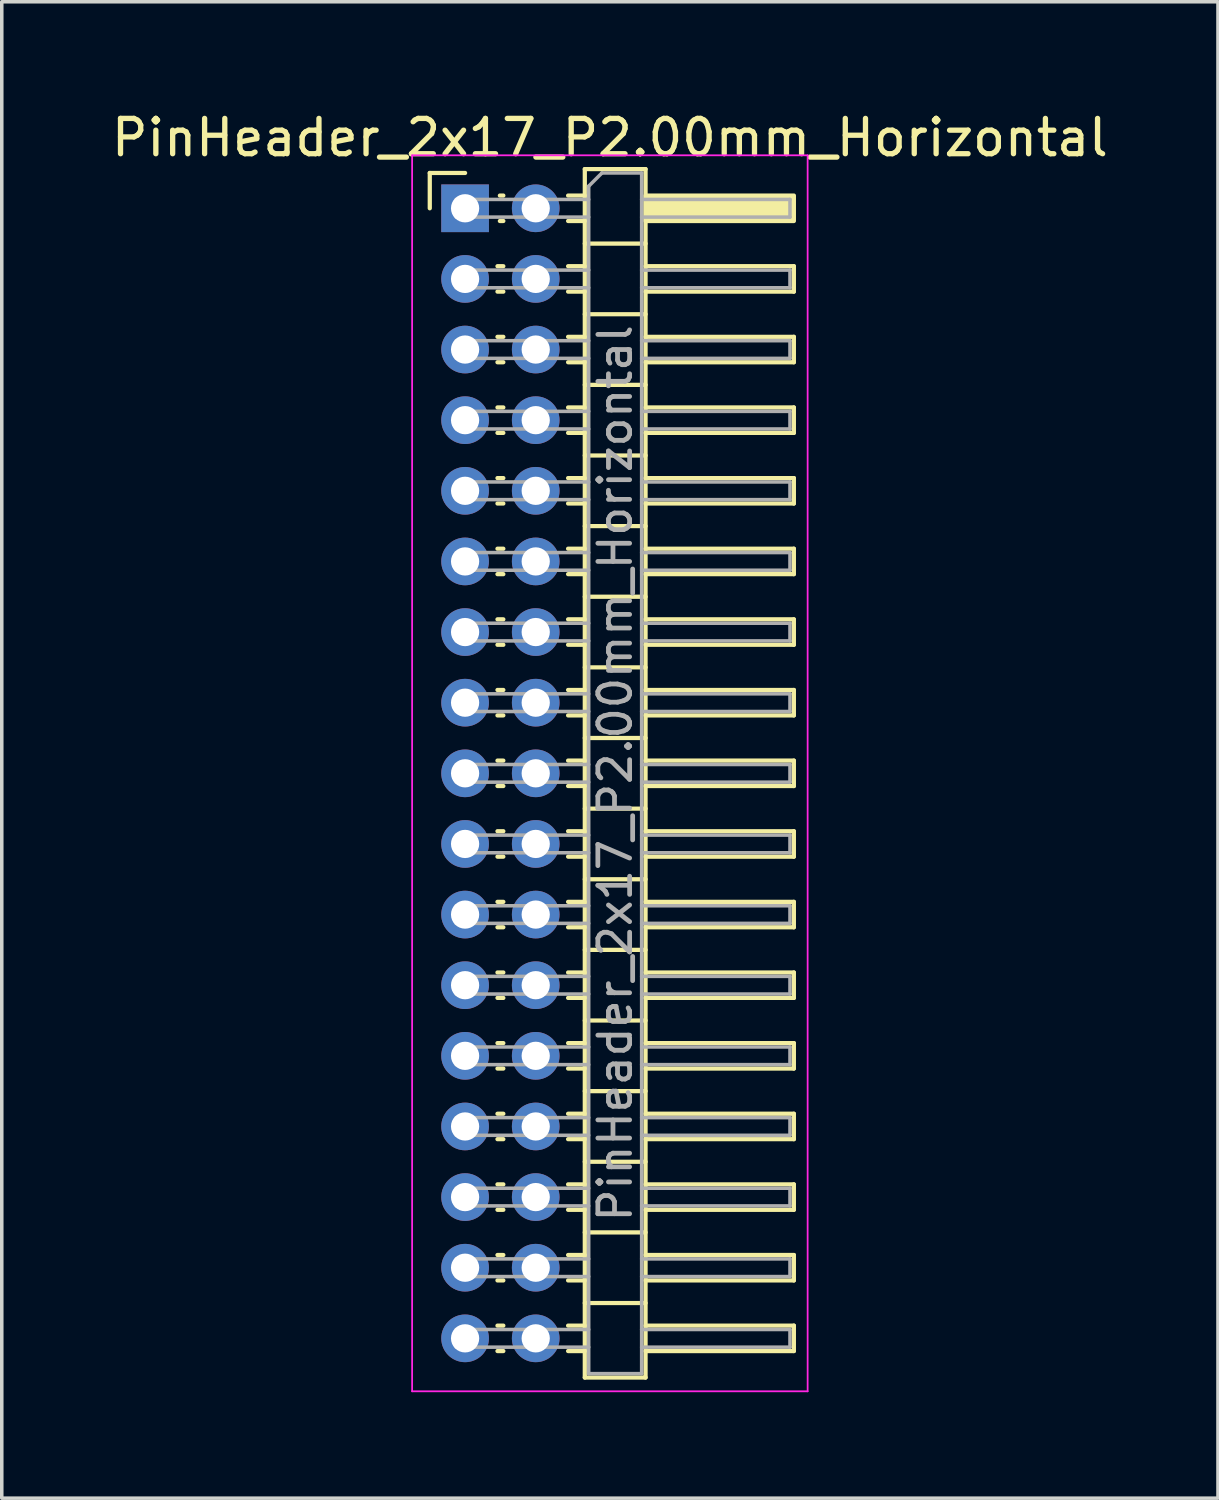
<source format=kicad_pcb>
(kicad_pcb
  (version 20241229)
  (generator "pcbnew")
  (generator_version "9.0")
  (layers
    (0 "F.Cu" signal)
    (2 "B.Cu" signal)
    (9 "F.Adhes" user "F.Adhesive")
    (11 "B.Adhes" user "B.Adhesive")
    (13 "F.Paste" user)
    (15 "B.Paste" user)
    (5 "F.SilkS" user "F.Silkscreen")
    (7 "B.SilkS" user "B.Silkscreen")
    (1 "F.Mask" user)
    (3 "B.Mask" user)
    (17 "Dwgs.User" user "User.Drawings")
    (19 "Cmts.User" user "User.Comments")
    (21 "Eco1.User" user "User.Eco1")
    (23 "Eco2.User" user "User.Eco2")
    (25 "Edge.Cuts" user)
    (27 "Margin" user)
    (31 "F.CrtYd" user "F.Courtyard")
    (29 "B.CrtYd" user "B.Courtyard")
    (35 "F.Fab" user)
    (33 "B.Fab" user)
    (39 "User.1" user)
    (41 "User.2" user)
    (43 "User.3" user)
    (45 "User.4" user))
  (footprint "PinHeader_2x17_P2.00mm_Horizontal"
    (layer "F.Cu")
    (at 10.12 2.848)
    (property "Reference" "PinHeader_2x17_P2.00mm_Horizontal" (at 4.1 -2 0) (layer "F.SilkS") (effects (font (size 1 1) (thickness 0.15))))
    (attr through_hole)
    (fp_line (start -1 -1) (end 0 -1) (stroke (width 0.12) (type solid)) (layer "F.SilkS"))
    (fp_line (start -1 0) (end -1 -1) (stroke (width 0.12) (type solid)) (layer "F.SilkS"))
    (fp_line (start 0.917 1.64) (end 1.083 1.64) (stroke (width 0.12) (type solid)) (layer "F.SilkS"))
    (fp_line (start 0.917 2.36) (end 1.083 2.36) (stroke (width 0.12) (type solid)) (layer "F.SilkS"))
    (fp_line (start 0.917 3.64) (end 1.083 3.64) (stroke (width 0.12) (type solid)) (layer "F.SilkS"))
    (fp_line (start 0.917 4.36) (end 1.083 4.36) (stroke (width 0.12) (type solid)) (layer "F.SilkS"))
    (fp_line (start 0.917 5.64) (end 1.083 5.64) (stroke (width 0.12) (type solid)) (layer "F.SilkS"))
    (fp_line (start 0.917 6.36) (end 1.083 6.36) (stroke (width 0.12) (type solid)) (layer "F.SilkS"))
    (fp_line (start 0.917 7.64) (end 1.083 7.64) (stroke (width 0.12) (type solid)) (layer "F.SilkS"))
    (fp_line (start 0.917 8.36) (end 1.083 8.36) (stroke (width 0.12) (type solid)) (layer "F.SilkS"))
    (fp_line (start 0.917 9.64) (end 1.083 9.64) (stroke (width 0.12) (type solid)) (layer "F.SilkS"))
    (fp_line (start 0.917 10.36) (end 1.083 10.36) (stroke (width 0.12) (type solid)) (layer "F.SilkS"))
    (fp_line (start 0.917 11.64) (end 1.083 11.64) (stroke (width 0.12) (type solid)) (layer "F.SilkS"))
    (fp_line (start 0.917 12.36) (end 1.083 12.36) (stroke (width 0.12) (type solid)) (layer "F.SilkS"))
    (fp_line (start 0.917 13.64) (end 1.083 13.64) (stroke (width 0.12) (type solid)) (layer "F.SilkS"))
    (fp_line (start 0.917 14.36) (end 1.083 14.36) (stroke (width 0.12) (type solid)) (layer "F.SilkS"))
    (fp_line (start 0.917 15.64) (end 1.083 15.64) (stroke (width 0.12) (type solid)) (layer "F.SilkS"))
    (fp_line (start 0.917 16.36) (end 1.083 16.36) (stroke (width 0.12) (type solid)) (layer "F.SilkS"))
    (fp_line (start 0.917 17.64) (end 1.083 17.64) (stroke (width 0.12) (type solid)) (layer "F.SilkS"))
    (fp_line (start 0.917 18.36) (end 1.083 18.36) (stroke (width 0.12) (type solid)) (layer "F.SilkS"))
    (fp_line (start 0.917 19.64) (end 1.083 19.64) (stroke (width 0.12) (type solid)) (layer "F.SilkS"))
    (fp_line (start 0.917 20.36) (end 1.083 20.36) (stroke (width 0.12) (type solid)) (layer "F.SilkS"))
    (fp_line (start 0.917 21.64) (end 1.083 21.64) (stroke (width 0.12) (type solid)) (layer "F.SilkS"))
    (fp_line (start 0.917 22.36) (end 1.083 22.36) (stroke (width 0.12) (type solid)) (layer "F.SilkS"))
    (fp_line (start 0.917 23.64) (end 1.083 23.64) (stroke (width 0.12) (type solid)) (layer "F.SilkS"))
    (fp_line (start 0.917 24.36) (end 1.083 24.36) (stroke (width 0.12) (type solid)) (layer "F.SilkS"))
    (fp_line (start 0.917 25.64) (end 1.083 25.64) (stroke (width 0.12) (type solid)) (layer "F.SilkS"))
    (fp_line (start 0.917 26.36) (end 1.083 26.36) (stroke (width 0.12) (type solid)) (layer "F.SilkS"))
    (fp_line (start 0.917 27.64) (end 1.083 27.64) (stroke (width 0.12) (type solid)) (layer "F.SilkS"))
    (fp_line (start 0.917 28.36) (end 1.083 28.36) (stroke (width 0.12) (type solid)) (layer "F.SilkS"))
    (fp_line (start 0.917 29.64) (end 1.083 29.64) (stroke (width 0.12) (type solid)) (layer "F.SilkS"))
    (fp_line (start 0.917 30.36) (end 1.083 30.36) (stroke (width 0.12) (type solid)) (layer "F.SilkS"))
    (fp_line (start 0.917 31.64) (end 1.083 31.64) (stroke (width 0.12) (type solid)) (layer "F.SilkS"))
    (fp_line (start 0.917 32.36) (end 1.083 32.36) (stroke (width 0.12) (type solid)) (layer "F.SilkS"))
    (fp_line (start 0.985 -0.36) (end 1.083 -0.36) (stroke (width 0.12) (type solid)) (layer "F.SilkS"))
    (fp_line (start 0.985 0.36) (end 1.083 0.36) (stroke (width 0.12) (type solid)) (layer "F.SilkS"))
    (fp_line (start 2.917 -0.36) (end 3.39 -0.36) (stroke (width 0.12) (type solid)) (layer "F.SilkS"))
    (fp_line (start 2.917 0.36) (end 3.39 0.36) (stroke (width 0.12) (type solid)) (layer "F.SilkS"))
    (fp_line (start 2.917 1.64) (end 3.39 1.64) (stroke (width 0.12) (type solid)) (layer "F.SilkS"))
    (fp_line (start 2.917 2.36) (end 3.39 2.36) (stroke (width 0.12) (type solid)) (layer "F.SilkS"))
    (fp_line (start 2.917 3.64) (end 3.39 3.64) (stroke (width 0.12) (type solid)) (layer "F.SilkS"))
    (fp_line (start 2.917 4.36) (end 3.39 4.36) (stroke (width 0.12) (type solid)) (layer "F.SilkS"))
    (fp_line (start 2.917 5.64) (end 3.39 5.64) (stroke (width 0.12) (type solid)) (layer "F.SilkS"))
    (fp_line (start 2.917 6.36) (end 3.39 6.36) (stroke (width 0.12) (type solid)) (layer "F.SilkS"))
    (fp_line (start 2.917 7.64) (end 3.39 7.64) (stroke (width 0.12) (type solid)) (layer "F.SilkS"))
    (fp_line (start 2.917 8.36) (end 3.39 8.36) (stroke (width 0.12) (type solid)) (layer "F.SilkS"))
    (fp_line (start 2.917 9.64) (end 3.39 9.64) (stroke (width 0.12) (type solid)) (layer "F.SilkS"))
    (fp_line (start 2.917 10.36) (end 3.39 10.36) (stroke (width 0.12) (type solid)) (layer "F.SilkS"))
    (fp_line (start 2.917 11.64) (end 3.39 11.64) (stroke (width 0.12) (type solid)) (layer "F.SilkS"))
    (fp_line (start 2.917 12.36) (end 3.39 12.36) (stroke (width 0.12) (type solid)) (layer "F.SilkS"))
    (fp_line (start 2.917 13.64) (end 3.39 13.64) (stroke (width 0.12) (type solid)) (layer "F.SilkS"))
    (fp_line (start 2.917 14.36) (end 3.39 14.36) (stroke (width 0.12) (type solid)) (layer "F.SilkS"))
    (fp_line (start 2.917 15.64) (end 3.39 15.64) (stroke (width 0.12) (type solid)) (layer "F.SilkS"))
    (fp_line (start 2.917 16.36) (end 3.39 16.36) (stroke (width 0.12) (type solid)) (layer "F.SilkS"))
    (fp_line (start 2.917 17.64) (end 3.39 17.64) (stroke (width 0.12) (type solid)) (layer "F.SilkS"))
    (fp_line (start 2.917 18.36) (end 3.39 18.36) (stroke (width 0.12) (type solid)) (layer "F.SilkS"))
    (fp_line (start 2.917 19.64) (end 3.39 19.64) (stroke (width 0.12) (type solid)) (layer "F.SilkS"))
    (fp_line (start 2.917 20.36) (end 3.39 20.36) (stroke (width 0.12) (type solid)) (layer "F.SilkS"))
    (fp_line (start 2.917 21.64) (end 3.39 21.64) (stroke (width 0.12) (type solid)) (layer "F.SilkS"))
    (fp_line (start 2.917 22.36) (end 3.39 22.36) (stroke (width 0.12) (type solid)) (layer "F.SilkS"))
    (fp_line (start 2.917 23.64) (end 3.39 23.64) (stroke (width 0.12) (type solid)) (layer "F.SilkS"))
    (fp_line (start 2.917 24.36) (end 3.39 24.36) (stroke (width 0.12) (type solid)) (layer "F.SilkS"))
    (fp_line (start 2.917 25.64) (end 3.39 25.64) (stroke (width 0.12) (type solid)) (layer "F.SilkS"))
    (fp_line (start 2.917 26.36) (end 3.39 26.36) (stroke (width 0.12) (type solid)) (layer "F.SilkS"))
    (fp_line (start 2.917 27.64) (end 3.39 27.64) (stroke (width 0.12) (type solid)) (layer "F.SilkS"))
    (fp_line (start 2.917 28.36) (end 3.39 28.36) (stroke (width 0.12) (type solid)) (layer "F.SilkS"))
    (fp_line (start 2.917 29.64) (end 3.39 29.64) (stroke (width 0.12) (type solid)) (layer "F.SilkS"))
    (fp_line (start 2.917 30.36) (end 3.39 30.36) (stroke (width 0.12) (type solid)) (layer "F.SilkS"))
    (fp_line (start 2.917 31.64) (end 3.39 31.64) (stroke (width 0.12) (type solid)) (layer "F.SilkS"))
    (fp_line (start 2.917 32.36) (end 3.39 32.36) (stroke (width 0.12) (type solid)) (layer "F.SilkS"))
    (fp_line (start 3.39 -1.11) (end 3.39 33.11) (stroke (width 0.12) (type solid)) (layer "F.SilkS"))
    (fp_line (start 3.39 1) (end 5.11 1) (stroke (width 0.12) (type solid)) (layer "F.SilkS"))
    (fp_line (start 3.39 3) (end 5.11 3) (stroke (width 0.12) (type solid)) (layer "F.SilkS"))
    (fp_line (start 3.39 5) (end 5.11 5) (stroke (width 0.12) (type solid)) (layer "F.SilkS"))
    (fp_line (start 3.39 7) (end 5.11 7) (stroke (width 0.12) (type solid)) (layer "F.SilkS"))
    (fp_line (start 3.39 9) (end 5.11 9) (stroke (width 0.12) (type solid)) (layer "F.SilkS"))
    (fp_line (start 3.39 11) (end 5.11 11) (stroke (width 0.12) (type solid)) (layer "F.SilkS"))
    (fp_line (start 3.39 13) (end 5.11 13) (stroke (width 0.12) (type solid)) (layer "F.SilkS"))
    (fp_line (start 3.39 15) (end 5.11 15) (stroke (width 0.12) (type solid)) (layer "F.SilkS"))
    (fp_line (start 3.39 17) (end 5.11 17) (stroke (width 0.12) (type solid)) (layer "F.SilkS"))
    (fp_line (start 3.39 19) (end 5.11 19) (stroke (width 0.12) (type solid)) (layer "F.SilkS"))
    (fp_line (start 3.39 21) (end 5.11 21) (stroke (width 0.12) (type solid)) (layer "F.SilkS"))
    (fp_line (start 3.39 23) (end 5.11 23) (stroke (width 0.12) (type solid)) (layer "F.SilkS"))
    (fp_line (start 3.39 25) (end 5.11 25) (stroke (width 0.12) (type solid)) (layer "F.SilkS"))
    (fp_line (start 3.39 27) (end 5.11 27) (stroke (width 0.12) (type solid)) (layer "F.SilkS"))
    (fp_line (start 3.39 29) (end 5.11 29) (stroke (width 0.12) (type solid)) (layer "F.SilkS"))
    (fp_line (start 3.39 31) (end 5.11 31) (stroke (width 0.12) (type solid)) (layer "F.SilkS"))
    (fp_line (start 3.39 33.11) (end 5.11 33.11) (stroke (width 0.12) (type solid)) (layer "F.SilkS"))
    (fp_line (start 5.11 -1.11) (end 3.39 -1.11) (stroke (width 0.12) (type solid)) (layer "F.SilkS"))
    (fp_line (start 5.11 1.64) (end 9.31 1.64) (stroke (width 0.12) (type solid)) (layer "F.SilkS"))
    (fp_line (start 5.11 3.64) (end 9.31 3.64) (stroke (width 0.12) (type solid)) (layer "F.SilkS"))
    (fp_line (start 5.11 5.64) (end 9.31 5.64) (stroke (width 0.12) (type solid)) (layer "F.SilkS"))
    (fp_line (start 5.11 7.64) (end 9.31 7.64) (stroke (width 0.12) (type solid)) (layer "F.SilkS"))
    (fp_line (start 5.11 9.64) (end 9.31 9.64) (stroke (width 0.12) (type solid)) (layer "F.SilkS"))
    (fp_line (start 5.11 11.64) (end 9.31 11.64) (stroke (width 0.12) (type solid)) (layer "F.SilkS"))
    (fp_line (start 5.11 13.64) (end 9.31 13.64) (stroke (width 0.12) (type solid)) (layer "F.SilkS"))
    (fp_line (start 5.11 15.64) (end 9.31 15.64) (stroke (width 0.12) (type solid)) (layer "F.SilkS"))
    (fp_line (start 5.11 17.64) (end 9.31 17.64) (stroke (width 0.12) (type solid)) (layer "F.SilkS"))
    (fp_line (start 5.11 19.64) (end 9.31 19.64) (stroke (width 0.12) (type solid)) (layer "F.SilkS"))
    (fp_line (start 5.11 21.64) (end 9.31 21.64) (stroke (width 0.12) (type solid)) (layer "F.SilkS"))
    (fp_line (start 5.11 23.64) (end 9.31 23.64) (stroke (width 0.12) (type solid)) (layer "F.SilkS"))
    (fp_line (start 5.11 25.64) (end 9.31 25.64) (stroke (width 0.12) (type solid)) (layer "F.SilkS"))
    (fp_line (start 5.11 27.64) (end 9.31 27.64) (stroke (width 0.12) (type solid)) (layer "F.SilkS"))
    (fp_line (start 5.11 29.64) (end 9.31 29.64) (stroke (width 0.12) (type solid)) (layer "F.SilkS"))
    (fp_line (start 5.11 31.64) (end 9.31 31.64) (stroke (width 0.12) (type solid)) (layer "F.SilkS"))
    (fp_line (start 5.11 33.11) (end 5.11 -1.11) (stroke (width 0.12) (type solid)) (layer "F.SilkS"))
    (fp_line (start 9.31 1.64) (end 9.31 2.36) (stroke (width 0.12) (type solid)) (layer "F.SilkS"))
    (fp_line (start 9.31 2.36) (end 5.11 2.36) (stroke (width 0.12) (type solid)) (layer "F.SilkS"))
    (fp_line (start 9.31 3.64) (end 9.31 4.36) (stroke (width 0.12) (type solid)) (layer "F.SilkS"))
    (fp_line (start 9.31 4.36) (end 5.11 4.36) (stroke (width 0.12) (type solid)) (layer "F.SilkS"))
    (fp_line (start 9.31 5.64) (end 9.31 6.36) (stroke (width 0.12) (type solid)) (layer "F.SilkS"))
    (fp_line (start 9.31 6.36) (end 5.11 6.36) (stroke (width 0.12) (type solid)) (layer "F.SilkS"))
    (fp_line (start 9.31 7.64) (end 9.31 8.36) (stroke (width 0.12) (type solid)) (layer "F.SilkS"))
    (fp_line (start 9.31 8.36) (end 5.11 8.36) (stroke (width 0.12) (type solid)) (layer "F.SilkS"))
    (fp_line (start 9.31 9.64) (end 9.31 10.36) (stroke (width 0.12) (type solid)) (layer "F.SilkS"))
    (fp_line (start 9.31 10.36) (end 5.11 10.36) (stroke (width 0.12) (type solid)) (layer "F.SilkS"))
    (fp_line (start 9.31 11.64) (end 9.31 12.36) (stroke (width 0.12) (type solid)) (layer "F.SilkS"))
    (fp_line (start 9.31 12.36) (end 5.11 12.36) (stroke (width 0.12) (type solid)) (layer "F.SilkS"))
    (fp_line (start 9.31 13.64) (end 9.31 14.36) (stroke (width 0.12) (type solid)) (layer "F.SilkS"))
    (fp_line (start 9.31 14.36) (end 5.11 14.36) (stroke (width 0.12) (type solid)) (layer "F.SilkS"))
    (fp_line (start 9.31 15.64) (end 9.31 16.36) (stroke (width 0.12) (type solid)) (layer "F.SilkS"))
    (fp_line (start 9.31 16.36) (end 5.11 16.36) (stroke (width 0.12) (type solid)) (layer "F.SilkS"))
    (fp_line (start 9.31 17.64) (end 9.31 18.36) (stroke (width 0.12) (type solid)) (layer "F.SilkS"))
    (fp_line (start 9.31 18.36) (end 5.11 18.36) (stroke (width 0.12) (type solid)) (layer "F.SilkS"))
    (fp_line (start 9.31 19.64) (end 9.31 20.36) (stroke (width 0.12) (type solid)) (layer "F.SilkS"))
    (fp_line (start 9.31 20.36) (end 5.11 20.36) (stroke (width 0.12) (type solid)) (layer "F.SilkS"))
    (fp_line (start 9.31 21.64) (end 9.31 22.36) (stroke (width 0.12) (type solid)) (layer "F.SilkS"))
    (fp_line (start 9.31 22.36) (end 5.11 22.36) (stroke (width 0.12) (type solid)) (layer "F.SilkS"))
    (fp_line (start 9.31 23.64) (end 9.31 24.36) (stroke (width 0.12) (type solid)) (layer "F.SilkS"))
    (fp_line (start 9.31 24.36) (end 5.11 24.36) (stroke (width 0.12) (type solid)) (layer "F.SilkS"))
    (fp_line (start 9.31 25.64) (end 9.31 26.36) (stroke (width 0.12) (type solid)) (layer "F.SilkS"))
    (fp_line (start 9.31 26.36) (end 5.11 26.36) (stroke (width 0.12) (type solid)) (layer "F.SilkS"))
    (fp_line (start 9.31 27.64) (end 9.31 28.36) (stroke (width 0.12) (type solid)) (layer "F.SilkS"))
    (fp_line (start 9.31 28.36) (end 5.11 28.36) (stroke (width 0.12) (type solid)) (layer "F.SilkS"))
    (fp_line (start 9.31 29.64) (end 9.31 30.36) (stroke (width 0.12) (type solid)) (layer "F.SilkS"))
    (fp_line (start 9.31 30.36) (end 5.11 30.36) (stroke (width 0.12) (type solid)) (layer "F.SilkS"))
    (fp_line (start 9.31 31.64) (end 9.31 32.36) (stroke (width 0.12) (type solid)) (layer "F.SilkS"))
    (fp_line (start 9.31 32.36) (end 5.11 32.36) (stroke (width 0.12) (type solid)) (layer "F.SilkS"))
    (fp_rect (start 5.11 -0.36) (end 9.31 0.36) (stroke (width 0.12) (type solid)) (fill yes) (layer "F.SilkS"))
    (fp_line (start -1.5 -1.5) (end -1.5 33.5) (stroke (width 0.05) (type solid)) (layer "F.CrtYd"))
    (fp_line (start -1.5 33.5) (end 9.7 33.5) (stroke (width 0.05) (type solid)) (layer "F.CrtYd"))
    (fp_line (start 9.7 -1.5) (end -1.5 -1.5) (stroke (width 0.05) (type solid)) (layer "F.CrtYd"))
    (fp_line (start 9.7 33.5) (end 9.7 -1.5) (stroke (width 0.05) (type solid)) (layer "F.CrtYd"))
    (fp_line (start -0.25 -0.25) (end -0.25 0.25) (stroke (width 0.1) (type solid)) (layer "F.Fab"))
    (fp_line (start -0.25 -0.25) (end 3.5 -0.25) (stroke (width 0.1) (type solid)) (layer "F.Fab"))
    (fp_line (start -0.25 0.25) (end 3.5 0.25) (stroke (width 0.1) (type solid)) (layer "F.Fab"))
    (fp_line (start -0.25 1.75) (end -0.25 2.25) (stroke (width 0.1) (type solid)) (layer "F.Fab"))
    (fp_line (start -0.25 1.75) (end 3.5 1.75) (stroke (width 0.1) (type solid)) (layer "F.Fab"))
    (fp_line (start -0.25 2.25) (end 3.5 2.25) (stroke (width 0.1) (type solid)) (layer "F.Fab"))
    (fp_line (start -0.25 3.75) (end -0.25 4.25) (stroke (width 0.1) (type solid)) (layer "F.Fab"))
    (fp_line (start -0.25 3.75) (end 3.5 3.75) (stroke (width 0.1) (type solid)) (layer "F.Fab"))
    (fp_line (start -0.25 4.25) (end 3.5 4.25) (stroke (width 0.1) (type solid)) (layer "F.Fab"))
    (fp_line (start -0.25 5.75) (end -0.25 6.25) (stroke (width 0.1) (type solid)) (layer "F.Fab"))
    (fp_line (start -0.25 5.75) (end 3.5 5.75) (stroke (width 0.1) (type solid)) (layer "F.Fab"))
    (fp_line (start -0.25 6.25) (end 3.5 6.25) (stroke (width 0.1) (type solid)) (layer "F.Fab"))
    (fp_line (start -0.25 7.75) (end -0.25 8.25) (stroke (width 0.1) (type solid)) (layer "F.Fab"))
    (fp_line (start -0.25 7.75) (end 3.5 7.75) (stroke (width 0.1) (type solid)) (layer "F.Fab"))
    (fp_line (start -0.25 8.25) (end 3.5 8.25) (stroke (width 0.1) (type solid)) (layer "F.Fab"))
    (fp_line (start -0.25 9.75) (end -0.25 10.25) (stroke (width 0.1) (type solid)) (layer "F.Fab"))
    (fp_line (start -0.25 9.75) (end 3.5 9.75) (stroke (width 0.1) (type solid)) (layer "F.Fab"))
    (fp_line (start -0.25 10.25) (end 3.5 10.25) (stroke (width 0.1) (type solid)) (layer "F.Fab"))
    (fp_line (start -0.25 11.75) (end -0.25 12.25) (stroke (width 0.1) (type solid)) (layer "F.Fab"))
    (fp_line (start -0.25 11.75) (end 3.5 11.75) (stroke (width 0.1) (type solid)) (layer "F.Fab"))
    (fp_line (start -0.25 12.25) (end 3.5 12.25) (stroke (width 0.1) (type solid)) (layer "F.Fab"))
    (fp_line (start -0.25 13.75) (end -0.25 14.25) (stroke (width 0.1) (type solid)) (layer "F.Fab"))
    (fp_line (start -0.25 13.75) (end 3.5 13.75) (stroke (width 0.1) (type solid)) (layer "F.Fab"))
    (fp_line (start -0.25 14.25) (end 3.5 14.25) (stroke (width 0.1) (type solid)) (layer "F.Fab"))
    (fp_line (start -0.25 15.75) (end -0.25 16.25) (stroke (width 0.1) (type solid)) (layer "F.Fab"))
    (fp_line (start -0.25 15.75) (end 3.5 15.75) (stroke (width 0.1) (type solid)) (layer "F.Fab"))
    (fp_line (start -0.25 16.25) (end 3.5 16.25) (stroke (width 0.1) (type solid)) (layer "F.Fab"))
    (fp_line (start -0.25 17.75) (end -0.25 18.25) (stroke (width 0.1) (type solid)) (layer "F.Fab"))
    (fp_line (start -0.25 17.75) (end 3.5 17.75) (stroke (width 0.1) (type solid)) (layer "F.Fab"))
    (fp_line (start -0.25 18.25) (end 3.5 18.25) (stroke (width 0.1) (type solid)) (layer "F.Fab"))
    (fp_line (start -0.25 19.75) (end -0.25 20.25) (stroke (width 0.1) (type solid)) (layer "F.Fab"))
    (fp_line (start -0.25 19.75) (end 3.5 19.75) (stroke (width 0.1) (type solid)) (layer "F.Fab"))
    (fp_line (start -0.25 20.25) (end 3.5 20.25) (stroke (width 0.1) (type solid)) (layer "F.Fab"))
    (fp_line (start -0.25 21.75) (end -0.25 22.25) (stroke (width 0.1) (type solid)) (layer "F.Fab"))
    (fp_line (start -0.25 21.75) (end 3.5 21.75) (stroke (width 0.1) (type solid)) (layer "F.Fab"))
    (fp_line (start -0.25 22.25) (end 3.5 22.25) (stroke (width 0.1) (type solid)) (layer "F.Fab"))
    (fp_line (start -0.25 23.75) (end -0.25 24.25) (stroke (width 0.1) (type solid)) (layer "F.Fab"))
    (fp_line (start -0.25 23.75) (end 3.5 23.75) (stroke (width 0.1) (type solid)) (layer "F.Fab"))
    (fp_line (start -0.25 24.25) (end 3.5 24.25) (stroke (width 0.1) (type solid)) (layer "F.Fab"))
    (fp_line (start -0.25 25.75) (end -0.25 26.25) (stroke (width 0.1) (type solid)) (layer "F.Fab"))
    (fp_line (start -0.25 25.75) (end 3.5 25.75) (stroke (width 0.1) (type solid)) (layer "F.Fab"))
    (fp_line (start -0.25 26.25) (end 3.5 26.25) (stroke (width 0.1) (type solid)) (layer "F.Fab"))
    (fp_line (start -0.25 27.75) (end -0.25 28.25) (stroke (width 0.1) (type solid)) (layer "F.Fab"))
    (fp_line (start -0.25 27.75) (end 3.5 27.75) (stroke (width 0.1) (type solid)) (layer "F.Fab"))
    (fp_line (start -0.25 28.25) (end 3.5 28.25) (stroke (width 0.1) (type solid)) (layer "F.Fab"))
    (fp_line (start -0.25 29.75) (end -0.25 30.25) (stroke (width 0.1) (type solid)) (layer "F.Fab"))
    (fp_line (start -0.25 29.75) (end 3.5 29.75) (stroke (width 0.1) (type solid)) (layer "F.Fab"))
    (fp_line (start -0.25 30.25) (end 3.5 30.25) (stroke (width 0.1) (type solid)) (layer "F.Fab"))
    (fp_line (start -0.25 31.75) (end -0.25 32.25) (stroke (width 0.1) (type solid)) (layer "F.Fab"))
    (fp_line (start -0.25 31.75) (end 3.5 31.75) (stroke (width 0.1) (type solid)) (layer "F.Fab"))
    (fp_line (start -0.25 32.25) (end 3.5 32.25) (stroke (width 0.1) (type solid)) (layer "F.Fab"))
    (fp_line (start 3.5 -0.625) (end 3.875 -1) (stroke (width 0.1) (type solid)) (layer "F.Fab"))
    (fp_line (start 3.5 33) (end 3.5 -0.625) (stroke (width 0.1) (type solid)) (layer "F.Fab"))
    (fp_line (start 3.875 -1) (end 5 -1) (stroke (width 0.1) (type solid)) (layer "F.Fab"))
    (fp_line (start 5 -1) (end 5 33) (stroke (width 0.1) (type solid)) (layer "F.Fab"))
    (fp_line (start 5 -0.25) (end 9.2 -0.25) (stroke (width 0.1) (type solid)) (layer "F.Fab"))
    (fp_line (start 5 0.25) (end 9.2 0.25) (stroke (width 0.1) (type solid)) (layer "F.Fab"))
    (fp_line (start 5 1.75) (end 9.2 1.75) (stroke (width 0.1) (type solid)) (layer "F.Fab"))
    (fp_line (start 5 2.25) (end 9.2 2.25) (stroke (width 0.1) (type solid)) (layer "F.Fab"))
    (fp_line (start 5 3.75) (end 9.2 3.75) (stroke (width 0.1) (type solid)) (layer "F.Fab"))
    (fp_line (start 5 4.25) (end 9.2 4.25) (stroke (width 0.1) (type solid)) (layer "F.Fab"))
    (fp_line (start 5 5.75) (end 9.2 5.75) (stroke (width 0.1) (type solid)) (layer "F.Fab"))
    (fp_line (start 5 6.25) (end 9.2 6.25) (stroke (width 0.1) (type solid)) (layer "F.Fab"))
    (fp_line (start 5 7.75) (end 9.2 7.75) (stroke (width 0.1) (type solid)) (layer "F.Fab"))
    (fp_line (start 5 8.25) (end 9.2 8.25) (stroke (width 0.1) (type solid)) (layer "F.Fab"))
    (fp_line (start 5 9.75) (end 9.2 9.75) (stroke (width 0.1) (type solid)) (layer "F.Fab"))
    (fp_line (start 5 10.25) (end 9.2 10.25) (stroke (width 0.1) (type solid)) (layer "F.Fab"))
    (fp_line (start 5 11.75) (end 9.2 11.75) (stroke (width 0.1) (type solid)) (layer "F.Fab"))
    (fp_line (start 5 12.25) (end 9.2 12.25) (stroke (width 0.1) (type solid)) (layer "F.Fab"))
    (fp_line (start 5 13.75) (end 9.2 13.75) (stroke (width 0.1) (type solid)) (layer "F.Fab"))
    (fp_line (start 5 14.25) (end 9.2 14.25) (stroke (width 0.1) (type solid)) (layer "F.Fab"))
    (fp_line (start 5 15.75) (end 9.2 15.75) (stroke (width 0.1) (type solid)) (layer "F.Fab"))
    (fp_line (start 5 16.25) (end 9.2 16.25) (stroke (width 0.1) (type solid)) (layer "F.Fab"))
    (fp_line (start 5 17.75) (end 9.2 17.75) (stroke (width 0.1) (type solid)) (layer "F.Fab"))
    (fp_line (start 5 18.25) (end 9.2 18.25) (stroke (width 0.1) (type solid)) (layer "F.Fab"))
    (fp_line (start 5 19.75) (end 9.2 19.75) (stroke (width 0.1) (type solid)) (layer "F.Fab"))
    (fp_line (start 5 20.25) (end 9.2 20.25) (stroke (width 0.1) (type solid)) (layer "F.Fab"))
    (fp_line (start 5 21.75) (end 9.2 21.75) (stroke (width 0.1) (type solid)) (layer "F.Fab"))
    (fp_line (start 5 22.25) (end 9.2 22.25) (stroke (width 0.1) (type solid)) (layer "F.Fab"))
    (fp_line (start 5 23.75) (end 9.2 23.75) (stroke (width 0.1) (type solid)) (layer "F.Fab"))
    (fp_line (start 5 24.25) (end 9.2 24.25) (stroke (width 0.1) (type solid)) (layer "F.Fab"))
    (fp_line (start 5 25.75) (end 9.2 25.75) (stroke (width 0.1) (type solid)) (layer "F.Fab"))
    (fp_line (start 5 26.25) (end 9.2 26.25) (stroke (width 0.1) (type solid)) (layer "F.Fab"))
    (fp_line (start 5 27.75) (end 9.2 27.75) (stroke (width 0.1) (type solid)) (layer "F.Fab"))
    (fp_line (start 5 28.25) (end 9.2 28.25) (stroke (width 0.1) (type solid)) (layer "F.Fab"))
    (fp_line (start 5 29.75) (end 9.2 29.75) (stroke (width 0.1) (type solid)) (layer "F.Fab"))
    (fp_line (start 5 30.25) (end 9.2 30.25) (stroke (width 0.1) (type solid)) (layer "F.Fab"))
    (fp_line (start 5 31.75) (end 9.2 31.75) (stroke (width 0.1) (type solid)) (layer "F.Fab"))
    (fp_line (start 5 32.25) (end 9.2 32.25) (stroke (width 0.1) (type solid)) (layer "F.Fab"))
    (fp_line (start 5 33) (end 3.5 33) (stroke (width 0.1) (type solid)) (layer "F.Fab"))
    (fp_line (start 9.2 -0.25) (end 9.2 0.25) (stroke (width 0.1) (type solid)) (layer "F.Fab"))
    (fp_line (start 9.2 1.75) (end 9.2 2.25) (stroke (width 0.1) (type solid)) (layer "F.Fab"))
    (fp_line (start 9.2 3.75) (end 9.2 4.25) (stroke (width 0.1) (type solid)) (layer "F.Fab"))
    (fp_line (start 9.2 5.75) (end 9.2 6.25) (stroke (width 0.1) (type solid)) (layer "F.Fab"))
    (fp_line (start 9.2 7.75) (end 9.2 8.25) (stroke (width 0.1) (type solid)) (layer "F.Fab"))
    (fp_line (start 9.2 9.75) (end 9.2 10.25) (stroke (width 0.1) (type solid)) (layer "F.Fab"))
    (fp_line (start 9.2 11.75) (end 9.2 12.25) (stroke (width 0.1) (type solid)) (layer "F.Fab"))
    (fp_line (start 9.2 13.75) (end 9.2 14.25) (stroke (width 0.1) (type solid)) (layer "F.Fab"))
    (fp_line (start 9.2 15.75) (end 9.2 16.25) (stroke (width 0.1) (type solid)) (layer "F.Fab"))
    (fp_line (start 9.2 17.75) (end 9.2 18.25) (stroke (width 0.1) (type solid)) (layer "F.Fab"))
    (fp_line (start 9.2 19.75) (end 9.2 20.25) (stroke (width 0.1) (type solid)) (layer "F.Fab"))
    (fp_line (start 9.2 21.75) (end 9.2 22.25) (stroke (width 0.1) (type solid)) (layer "F.Fab"))
    (fp_line (start 9.2 23.75) (end 9.2 24.25) (stroke (width 0.1) (type solid)) (layer "F.Fab"))
    (fp_line (start 9.2 25.75) (end 9.2 26.25) (stroke (width 0.1) (type solid)) (layer "F.Fab"))
    (fp_line (start 9.2 27.75) (end 9.2 28.25) (stroke (width 0.1) (type solid)) (layer "F.Fab"))
    (fp_line (start 9.2 29.75) (end 9.2 30.25) (stroke (width 0.1) (type solid)) (layer "F.Fab"))
    (fp_line (start 9.2 31.75) (end 9.2 32.25) (stroke (width 0.1) (type solid)) (layer "F.Fab"))
    (fp_text user "${REFERENCE}" (at 4.25 16 90) (layer "F.Fab") (effects (font (size 0.9 0.9) (thickness 0.135))))
    (pad "1" thru_hole rect (at 0 0) (size 1.35 1.35) (drill 0.8) (layers "*.Cu" "*.Mask"))
    (pad "2" thru_hole circle (at 2 0) (size 1.35 1.35) (drill 0.8) (layers "*.Cu" "*.Mask"))
    (pad "3" thru_hole circle (at 0 2) (size 1.35 1.35) (drill 0.8) (layers "*.Cu" "*.Mask"))
    (pad "4" thru_hole circle (at 2 2) (size 1.35 1.35) (drill 0.8) (layers "*.Cu" "*.Mask"))
    (pad "5" thru_hole circle (at 0 4) (size 1.35 1.35) (drill 0.8) (layers "*.Cu" "*.Mask"))
    (pad "6" thru_hole circle (at 2 4) (size 1.35 1.35) (drill 0.8) (layers "*.Cu" "*.Mask"))
    (pad "7" thru_hole circle (at 0 6) (size 1.35 1.35) (drill 0.8) (layers "*.Cu" "*.Mask"))
    (pad "8" thru_hole circle (at 2 6) (size 1.35 1.35) (drill 0.8) (layers "*.Cu" "*.Mask"))
    (pad "9" thru_hole circle (at 0 8) (size 1.35 1.35) (drill 0.8) (layers "*.Cu" "*.Mask"))
    (pad "10" thru_hole circle (at 2 8) (size 1.35 1.35) (drill 0.8) (layers "*.Cu" "*.Mask"))
    (pad "11" thru_hole circle (at 0 10) (size 1.35 1.35) (drill 0.8) (layers "*.Cu" "*.Mask"))
    (pad "12" thru_hole circle (at 2 10) (size 1.35 1.35) (drill 0.8) (layers "*.Cu" "*.Mask"))
    (pad "13" thru_hole circle (at 0 12) (size 1.35 1.35) (drill 0.8) (layers "*.Cu" "*.Mask"))
    (pad "14" thru_hole circle (at 2 12) (size 1.35 1.35) (drill 0.8) (layers "*.Cu" "*.Mask"))
    (pad "15" thru_hole circle (at 0 14) (size 1.35 1.35) (drill 0.8) (layers "*.Cu" "*.Mask"))
    (pad "16" thru_hole circle (at 2 14) (size 1.35 1.35) (drill 0.8) (layers "*.Cu" "*.Mask"))
    (pad "17" thru_hole circle (at 0 16) (size 1.35 1.35) (drill 0.8) (layers "*.Cu" "*.Mask"))
    (pad "18" thru_hole circle (at 2 16) (size 1.35 1.35) (drill 0.8) (layers "*.Cu" "*.Mask"))
    (pad "19" thru_hole circle (at 0 18) (size 1.35 1.35) (drill 0.8) (layers "*.Cu" "*.Mask"))
    (pad "20" thru_hole circle (at 2 18) (size 1.35 1.35) (drill 0.8) (layers "*.Cu" "*.Mask"))
    (pad "21" thru_hole circle (at 0 20) (size 1.35 1.35) (drill 0.8) (layers "*.Cu" "*.Mask"))
    (pad "22" thru_hole circle (at 2 20) (size 1.35 1.35) (drill 0.8) (layers "*.Cu" "*.Mask"))
    (pad "23" thru_hole circle (at 0 22) (size 1.35 1.35) (drill 0.8) (layers "*.Cu" "*.Mask"))
    (pad "24" thru_hole circle (at 2 22) (size 1.35 1.35) (drill 0.8) (layers "*.Cu" "*.Mask"))
    (pad "25" thru_hole circle (at 0 24) (size 1.35 1.35) (drill 0.8) (layers "*.Cu" "*.Mask"))
    (pad "26" thru_hole circle (at 2 24) (size 1.35 1.35) (drill 0.8) (layers "*.Cu" "*.Mask"))
    (pad "27" thru_hole circle (at 0 26) (size 1.35 1.35) (drill 0.8) (layers "*.Cu" "*.Mask"))
    (pad "28" thru_hole circle (at 2 26) (size 1.35 1.35) (drill 0.8) (layers "*.Cu" "*.Mask"))
    (pad "29" thru_hole circle (at 0 28) (size 1.35 1.35) (drill 0.8) (layers "*.Cu" "*.Mask"))
    (pad "30" thru_hole circle (at 2 28) (size 1.35 1.35) (drill 0.8) (layers "*.Cu" "*.Mask"))
    (pad "31" thru_hole circle (at 0 30) (size 1.35 1.35) (drill 0.8) (layers "*.Cu" "*.Mask"))
    (pad "32" thru_hole circle (at 2 30) (size 1.35 1.35) (drill 0.8) (layers "*.Cu" "*.Mask"))
    (pad "33" thru_hole circle (at 0 32) (size 1.35 1.35) (drill 0.8) (layers "*.Cu" "*.Mask"))
    (pad "34" thru_hole circle (at 2 32) (size 1.35 1.35) (drill 0.8) (layers "*.Cu" "*.Mask")))
  (gr_rect
    (start -3 -3)
    (end 31.44 39.373)
    (stroke (width 0.1) (type default))
    (fill no)
    (layer "Edge.Cuts")))
</source>
